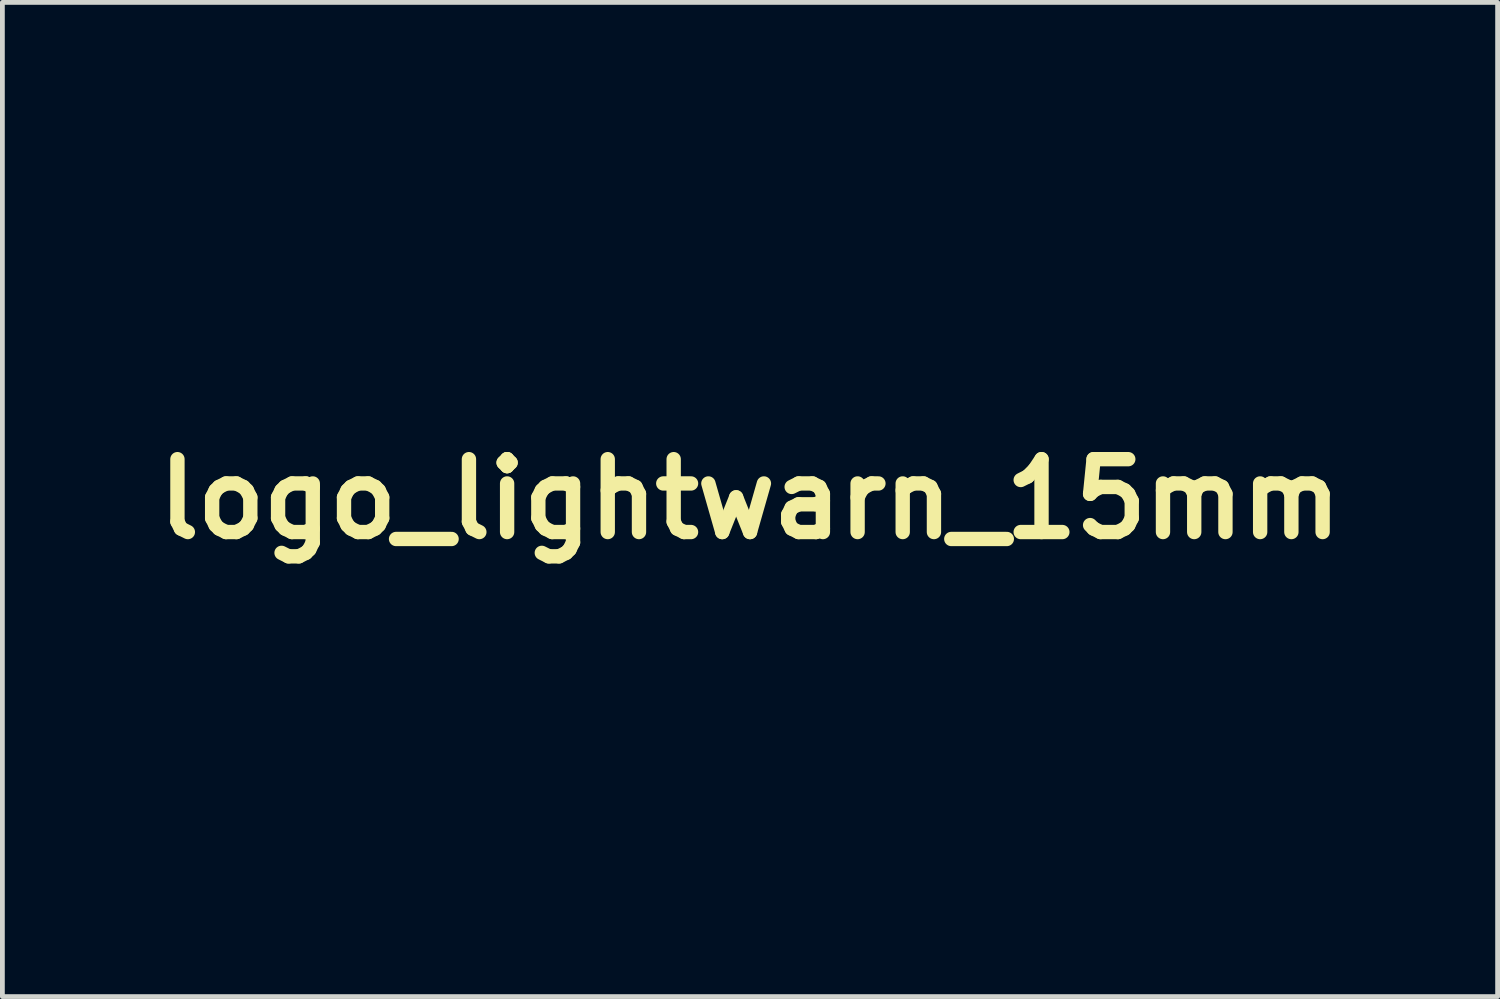
<source format=kicad_pcb>
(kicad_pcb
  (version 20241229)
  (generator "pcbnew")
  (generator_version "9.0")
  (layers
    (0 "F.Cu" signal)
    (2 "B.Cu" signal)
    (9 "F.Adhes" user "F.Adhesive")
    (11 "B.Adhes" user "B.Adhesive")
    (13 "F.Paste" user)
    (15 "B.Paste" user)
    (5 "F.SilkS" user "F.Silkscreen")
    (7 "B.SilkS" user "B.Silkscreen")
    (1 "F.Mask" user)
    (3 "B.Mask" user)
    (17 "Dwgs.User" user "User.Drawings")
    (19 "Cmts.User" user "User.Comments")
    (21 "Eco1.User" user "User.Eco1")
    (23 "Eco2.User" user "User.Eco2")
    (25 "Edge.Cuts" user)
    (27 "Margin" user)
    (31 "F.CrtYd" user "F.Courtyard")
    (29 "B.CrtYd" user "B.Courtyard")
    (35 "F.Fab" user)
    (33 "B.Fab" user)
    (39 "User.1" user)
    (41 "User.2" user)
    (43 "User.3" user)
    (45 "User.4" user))
  (footprint "logo_lightwarn_15mm"
    (layer "F.Cu")
    (at 12.635 7.387)
    (property "Reference" "logo_lightwarn_15mm" (at 0 0 0) (layer "F.SilkS") (effects (font (size 1.524 1.524) (thickness 0.3))))
    (attr through_hole)
    (fp_poly (pts (xy -0.149 1.802) (xy 0.018 1.854) (xy 0.171 1.94) (xy 0.306 2.059) (xy 0.42 2.208) (xy 0.507 2.385) (xy 0.538 2.475) (xy 0.567 2.624) (xy 0.563 2.767) (xy 0.537 2.88) (xy 0.463 3.069) (xy 0.359 3.232) (xy 0.231 3.367) (xy 0.081 3.467) (xy 0.056 3.479) (xy -0.024 3.512) (xy -0.105 3.533) (xy -0.203 3.543) (xy -0.251 3.546) (xy -0.345 3.548) (xy -0.434 3.545) (xy -0.499 3.54) (xy -0.511 3.538) (xy -0.637 3.494) (xy -0.77 3.421) (xy -0.897 3.327) (xy -1.009 3.22) (xy -1.094 3.109) (xy -1.119 3.065) (xy -1.175 2.902) (xy -1.197 2.724) (xy -1.186 2.541) (xy -1.14 2.361) (xy -1.111 2.29) (xy -1.05 2.188) (xy -0.961 2.082) (xy -0.857 1.983) (xy -0.75 1.904) (xy -0.691 1.872) (xy -0.507 1.809) (xy -0.325 1.786) (xy -0.149 1.802)) (stroke (width 0.01) (type solid)) (fill yes) (layer "F.Mask"))
    (fp_poly (pts (xy 0.016 -7.382) (xy 0.142 -7.343) (xy 0.187 -7.322) (xy 0.263 -7.278) (xy 0.33 -7.228) (xy 0.369 -7.19) (xy 0.391 -7.157) (xy 0.431 -7.092) (xy 0.487 -6.999) (xy 0.557 -6.882) (xy 0.638 -6.746) (xy 0.727 -6.595) (xy 0.822 -6.433) (xy 0.858 -6.371) (xy 0.97 -6.179) (xy 1.097 -5.96) (xy 1.239 -5.716) (xy 1.395 -5.448) (xy 1.564 -5.157) (xy 1.744 -4.846) (xy 1.935 -4.516) (xy 2.137 -4.168) (xy 2.347 -3.805) (xy 2.566 -3.427) (xy 2.792 -3.036) (xy 3.025 -2.634) (xy 3.263 -2.223) (xy 3.505 -1.803) (xy 3.752 -1.378) (xy 4 -0.947) (xy 4.251 -0.513) (xy 4.503 -0.078) (xy 4.754 0.357) (xy 5.005 0.791) (xy 5.253 1.222) (xy 5.499 1.648) (xy 5.742 2.067) (xy 5.979 2.479) (xy 6.211 2.881) (xy 6.437 3.272) (xy 6.655 3.65) (xy 6.865 4.014) (xy 7.066 4.362) (xy 7.256 4.693) (xy 7.436 5.005) (xy 7.603 5.296) (xy 7.758 5.565) (xy 7.899 5.809) (xy 8.025 6.029) (xy 8.135 6.222) (xy 8.229 6.386) (xy 8.306 6.519) (xy 8.364 6.622) (xy 8.403 6.69) (xy 8.421 6.724) (xy 8.422 6.725) (xy 8.456 6.803) (xy 8.479 6.877) (xy 8.487 6.926) (xy 8.468 7.032) (xy 8.414 7.14) (xy 8.335 7.241) (xy 8.236 7.324) (xy 8.179 7.357) (xy 8.171 7.361) (xy 8.161 7.364) (xy 8.148 7.367) (xy 8.131 7.37) (xy 8.108 7.373) (xy 8.078 7.376) (xy 8.04 7.378) (xy 7.992 7.381) (xy 7.933 7.383) (xy 7.862 7.385) (xy 7.776 7.386) (xy 7.676 7.388) (xy 7.559 7.389) (xy 7.424 7.391) (xy 7.27 7.392) (xy 7.095 7.393) (xy 6.899 7.394) (xy 6.679 7.395) (xy 6.434 7.395) (xy 6.163 7.396) (xy 5.865 7.397) (xy 5.539 7.397) (xy 5.182 7.397) (xy 4.794 7.398) (xy 4.373 7.398) (xy 3.917 7.398) (xy 3.427 7.398) (xy 2.899 7.399) (xy 2.333 7.399) (xy 1.728 7.399) (xy 1.082 7.399) (xy 1.058 7.399) (xy 0.502 7.399) (xy -0.05 7.399) (xy -0.595 7.399) (xy -1.132 7.399) (xy -1.658 7.399) (xy -2.173 7.398) (xy -2.673 7.398) (xy -3.157 7.397) (xy -3.623 7.397) (xy -4.069 7.397) (xy -4.493 7.396) (xy -4.894 7.395) (xy -5.269 7.395) (xy -5.617 7.394) (xy -5.935 7.393) (xy -6.222 7.393) (xy -6.476 7.392) (xy -6.695 7.391) (xy -6.877 7.39) (xy -7.02 7.389) (xy -7.105 7.388) (xy -7.352 7.386) (xy -7.56 7.383) (xy -7.733 7.381) (xy -7.875 7.379) (xy -7.988 7.376) (xy -8.076 7.373) (xy -8.143 7.369) (xy -8.193 7.365) (xy -8.228 7.359) (xy -8.253 7.353) (xy -8.271 7.345) (xy -8.286 7.336) (xy -8.291 7.332) (xy -8.339 7.288) (xy -8.393 7.226) (xy -8.414 7.198) (xy -8.444 7.152) (xy -8.463 7.111) (xy -8.473 7.063) (xy -8.476 6.995) (xy -8.477 6.914) (xy -8.476 6.821) (xy -8.47 6.756) (xy -8.458 6.706) (xy -8.433 6.655) (xy -8.394 6.59) (xy -8.39 6.583) (xy -8.37 6.551) (xy -8.344 6.509) (xy -8.311 6.453) (xy -8.27 6.384) (xy -8.22 6.3) (xy -8.162 6.199) (xy -8.159 6.194) (xy -6.788 6.194) (xy -6.784 6.203) (xy -6.763 6.21) (xy -6.719 6.216) (xy -6.649 6.221) (xy -6.549 6.224) (xy -6.414 6.227) (xy -6.273 6.229) (xy -6.177 6.23) (xy -6.044 6.231) (xy -5.876 6.232) (xy -5.676 6.232) (xy -5.445 6.233) (xy -5.185 6.234) (xy -4.898 6.234) (xy -4.587 6.235) (xy -4.252 6.235) (xy -3.897 6.235) (xy -3.523 6.235) (xy -3.132 6.236) (xy -2.725 6.236) (xy -2.306 6.236) (xy -1.875 6.236) (xy -1.436 6.236) (xy -0.989 6.235) (xy -0.537 6.235) (xy -0.082 6.235) (xy 0.374 6.235) (xy 0.83 6.234) (xy 1.283 6.234) (xy 1.731 6.233) (xy 2.173 6.233) (xy 2.606 6.232) (xy 3.029 6.232) (xy 3.439 6.231) (xy 3.834 6.23) (xy 4.213 6.23) (xy 4.574 6.229) (xy 4.914 6.228) (xy 5.232 6.227) (xy 5.526 6.227) (xy 5.793 6.226) (xy 6.032 6.225) (xy 6.241 6.224) (xy 6.418 6.223) (xy 6.56 6.222) (xy 6.667 6.221) (xy 6.735 6.22) (xy 6.763 6.219) (xy 6.764 6.219) (xy 6.757 6.197) (xy 6.731 6.144) (xy 6.688 6.062) (xy 6.631 5.956) (xy 6.562 5.83) (xy 6.482 5.689) (xy 6.395 5.535) (xy 6.392 5.531) (xy 6.274 5.326) (xy 6.14 5.093) (xy 5.991 4.835) (xy 5.828 4.553) (xy 5.652 4.249) (xy 5.464 3.926) (xy 5.266 3.584) (xy 5.058 3.227) (xy 4.842 2.855) (xy 4.619 2.471) (xy 4.39 2.077) (xy 4.156 1.674) (xy 3.917 1.266) (xy 3.677 0.852) (xy 3.434 0.436) (xy 3.191 0.019) (xy 2.949 -0.397) (xy 2.708 -0.809) (xy 2.47 -1.217) (xy 2.236 -1.617) (xy 2.008 -2.009) (xy 1.785 -2.39) (xy 1.57 -2.758) (xy 1.363 -3.112) (xy 1.165 -3.449) (xy 0.979 -3.768) (xy 0.804 -4.066) (xy 0.642 -4.342) (xy 0.494 -4.594) (xy 0.361 -4.82) (xy 0.244 -5.017) (xy 0.145 -5.185) (xy 0.064 -5.321) (xy 0.003 -5.424) (xy -0.02 -5.461) (xy -0.04 -5.483) (xy -0.048 -5.482) (xy -0.062 -5.46) (xy -0.095 -5.403) (xy -0.148 -5.312) (xy -0.22 -5.191) (xy -0.308 -5.039) (xy -0.413 -4.859) (xy -0.533 -4.652) (xy -0.667 -4.42) (xy -0.815 -4.166) (xy -0.975 -3.89) (xy -1.146 -3.594) (xy -1.328 -3.28) (xy -1.519 -2.949) (xy -1.718 -2.604) (xy -1.925 -2.246) (xy -2.139 -1.877) (xy -2.358 -1.498) (xy -2.581 -1.111) (xy -2.809 -0.718) (xy -3.038 -0.32) (xy -3.27 0.08) (xy -3.501 0.482) (xy -3.733 0.883) (xy -3.963 1.282) (xy -4.191 1.677) (xy -4.416 2.066) (xy -4.636 2.449) (xy -4.851 2.822) (xy -5.06 3.184) (xy -5.262 3.534) (xy -5.455 3.87) (xy -5.64 4.191) (xy -5.814 4.493) (xy -5.977 4.777) (xy -6.128 5.04) (xy -6.267 5.28) (xy -6.391 5.496) (xy -6.5 5.687) (xy -6.593 5.849) (xy -6.669 5.983) (xy -6.727 6.085) (xy -6.767 6.155) (xy -6.786 6.19) (xy -6.788 6.194) (xy -8.159 6.194) (xy -8.093 6.082) (xy -8.014 5.947) (xy -7.924 5.792) (xy -7.822 5.617) (xy -7.707 5.42) (xy -7.58 5.201) (xy -7.439 4.958) (xy -7.283 4.689) (xy -7.112 4.395) (xy -6.926 4.074) (xy -6.724 3.724) (xy -6.504 3.345) (xy -6.267 2.936) (xy -6.012 2.495) (xy -5.737 2.021) (xy -5.443 1.514) (xy -5.129 0.971) (xy -4.959 0.677) (xy -4.575 0.014) (xy -4.212 -0.614) (xy -3.868 -1.207) (xy -3.545 -1.765) (xy -3.24 -2.291) (xy -2.955 -2.784) (xy -2.687 -3.245) (xy -2.437 -3.676) (xy -2.204 -4.077) (xy -1.988 -4.449) (xy -1.788 -4.793) (xy -1.604 -5.109) (xy -1.435 -5.4) (xy -1.281 -5.664) (xy -1.14 -5.904) (xy -1.014 -6.12) (xy -0.901 -6.313) (xy -0.8 -6.484) (xy -0.712 -6.633) (xy -0.635 -6.762) (xy -0.57 -6.872) (xy -0.515 -6.963) (xy -0.47 -7.036) (xy -0.436 -7.091) (xy -0.41 -7.131) (xy -0.401 -7.144) (xy -0.304 -7.264) (xy -0.204 -7.343) (xy -0.099 -7.382) (xy 0.016 -7.382)) (stroke (width 0.01) (type solid)) (fill yes) (layer "F.Mask"))
    (fp_poly (pts (xy -0.28 -0.587) (xy -0.271 -0.528) (xy -0.257 -0.436) (xy -0.241 -0.317) (xy -0.221 -0.176) (xy -0.2 -0.016) (xy -0.18 0.128) (xy -0.142 0.418) (xy -0.108 0.669) (xy -0.08 0.882) (xy -0.055 1.06) (xy -0.035 1.205) (xy -0.018 1.32) (xy -0.004 1.406) (xy 0.006 1.467) (xy 0.014 1.503) (xy 0.018 1.517) (xy 0.035 1.507) (xy 0.077 1.467) (xy 0.142 1.399) (xy 0.228 1.306) (xy 0.334 1.19) (xy 0.457 1.053) (xy 0.595 0.897) (xy 0.746 0.725) (xy 0.751 0.719) (xy 0.889 0.561) (xy 1.02 0.413) (xy 1.139 0.278) (xy 1.244 0.159) (xy 1.333 0.06) (xy 1.403 -0.017) (xy 1.452 -0.07) (xy 1.476 -0.094) (xy 1.478 -0.095) (xy 1.471 -0.075) (xy 1.449 -0.02) (xy 1.412 0.066) (xy 1.363 0.178) (xy 1.303 0.313) (xy 1.235 0.467) (xy 1.159 0.636) (xy 1.1 0.765) (xy 0.993 1.002) (xy 0.902 1.204) (xy 0.825 1.373) (xy 0.763 1.513) (xy 0.713 1.625) (xy 0.675 1.713) (xy 0.646 1.78) (xy 0.626 1.829) (xy 0.614 1.863) (xy 0.608 1.884) (xy 0.608 1.895) (xy 0.611 1.9) (xy 0.612 1.9) (xy 0.636 1.896) (xy 0.698 1.881) (xy 0.791 1.857) (xy 0.914 1.823) (xy 1.06 1.782) (xy 1.227 1.735) (xy 1.41 1.683) (xy 1.606 1.626) (xy 1.809 1.567) (xy 2.017 1.506) (xy 2.209 1.449) (xy 2.351 1.407) (xy 2.479 1.369) (xy 2.588 1.338) (xy 2.672 1.315) (xy 2.727 1.302) (xy 2.745 1.299) (xy 2.733 1.313) (xy 2.693 1.344) (xy 2.633 1.384) (xy 2.62 1.392) (xy 2.575 1.421) (xy 2.498 1.47) (xy 2.394 1.536) (xy 2.267 1.616) (xy 2.121 1.708) (xy 1.962 1.809) (xy 1.793 1.916) (xy 1.666 1.996) (xy 1.5 2.103) (xy 1.345 2.202) (xy 1.205 2.292) (xy 1.085 2.371) (xy 0.987 2.436) (xy 0.915 2.485) (xy 0.873 2.515) (xy 0.862 2.526) (xy 0.886 2.534) (xy 0.946 2.552) (xy 1.043 2.58) (xy 1.177 2.619) (xy 1.349 2.668) (xy 1.56 2.727) (xy 1.81 2.798) (xy 2.1 2.879) (xy 2.412 2.966) (xy 2.564 3.008) (xy 2.703 3.048) (xy 2.824 3.082) (xy 2.92 3.111) (xy 2.988 3.131) (xy 3.021 3.142) (xy 3.024 3.144) (xy 3.006 3.146) (xy 2.95 3.148) (xy 2.861 3.151) (xy 2.743 3.153) (xy 2.601 3.154) (xy 2.44 3.156) (xy 2.263 3.157) (xy 2.242 3.157) (xy 2.045 3.158) (xy 1.845 3.16) (xy 1.652 3.162) (xy 1.471 3.164) (xy 1.312 3.167) (xy 1.181 3.17) (xy 1.106 3.173) (xy 0.762 3.186) (xy 1.221 3.715) (xy 1.428 3.954) (xy 1.612 4.168) (xy 1.771 4.354) (xy 1.906 4.512) (xy 2.015 4.642) (xy 2.098 4.742) (xy 2.154 4.813) (xy 2.183 4.853) (xy 2.185 4.856) (xy 2.198 4.882) (xy 2.19 4.885) (xy 2.156 4.863) (xy 2.146 4.856) (xy 2.022 4.774) (xy 1.883 4.681) (xy 1.731 4.58) (xy 1.571 4.475) (xy 1.405 4.366) (xy 1.239 4.258) (xy 1.076 4.151) (xy 0.919 4.049) (xy 0.773 3.955) (xy 0.641 3.869) (xy 0.527 3.796) (xy 0.434 3.737) (xy 0.368 3.696) (xy 0.33 3.673) (xy 0.323 3.67) (xy 0.325 3.692) (xy 0.333 3.751) (xy 0.345 3.844) (xy 0.361 3.967) (xy 0.382 4.115) (xy 0.405 4.286) (xy 0.432 4.474) (xy 0.46 4.676) (xy 0.465 4.711) (xy 0.501 4.96) (xy 0.531 5.171) (xy 0.555 5.346) (xy 0.576 5.489) (xy 0.592 5.603) (xy 0.604 5.692) (xy 0.613 5.758) (xy 0.619 5.804) (xy 0.623 5.835) (xy 0.625 5.853) (xy 0.625 5.862) (xy 0.624 5.864) (xy 0.622 5.864) (xy 0.621 5.863) (xy 0.614 5.856) (xy 0.601 5.835) (xy 0.581 5.795) (xy 0.551 5.734) (xy 0.512 5.65) (xy 0.462 5.541) (xy 0.398 5.402) (xy 0.322 5.232) (xy 0.23 5.027) (xy 0.161 4.874) (xy 0.063 4.655) (xy -0.02 4.47) (xy -0.088 4.319) (xy -0.143 4.196) (xy -0.187 4.1) (xy -0.221 4.027) (xy -0.247 3.973) (xy -0.265 3.936) (xy -0.278 3.913) (xy -0.287 3.901) (xy -0.293 3.896) (xy -0.297 3.895) (xy -0.312 3.914) (xy -0.343 3.972) (xy -0.392 4.067) (xy -0.457 4.2) (xy -0.538 4.371) (xy -0.635 4.578) (xy -0.748 4.821) (xy -0.866 5.076) (xy -0.965 5.29) (xy -1.048 5.468) (xy -1.115 5.611) (xy -1.169 5.722) (xy -1.21 5.803) (xy -1.24 5.856) (xy -1.259 5.883) (xy -1.269 5.887) (xy -1.27 5.869) (xy -1.265 5.832) (xy -1.262 5.817) (xy -1.256 5.783) (xy -1.245 5.711) (xy -1.23 5.607) (xy -1.21 5.474) (xy -1.188 5.317) (xy -1.162 5.141) (xy -1.135 4.95) (xy -1.112 4.785) (xy -1.083 4.585) (xy -1.056 4.396) (xy -1.032 4.222) (xy -1.01 4.067) (xy -0.991 3.937) (xy -0.977 3.836) (xy -0.967 3.768) (xy -0.963 3.741) (xy -0.952 3.662) (xy -1.095 3.754) (xy -1.145 3.786) (xy -1.226 3.838) (xy -1.332 3.907) (xy -1.459 3.99) (xy -1.602 4.083) (xy -1.756 4.183) (xy -1.917 4.287) (xy -1.937 4.3) (xy -2.136 4.43) (xy -2.303 4.539) (xy -2.44 4.628) (xy -2.551 4.699) (xy -2.637 4.755) (xy -2.703 4.797) (xy -2.752 4.827) (xy -2.785 4.847) (xy -2.806 4.859) (xy -2.819 4.864) (xy -2.825 4.865) (xy -2.827 4.863) (xy -2.815 4.846) (xy -2.779 4.8) (xy -2.719 4.729) (xy -2.64 4.635) (xy -2.544 4.521) (xy -2.433 4.391) (xy -2.31 4.249) (xy -2.179 4.096) (xy -2.178 4.094) (xy -2.043 3.939) (xy -1.915 3.79) (xy -1.797 3.653) (xy -1.691 3.53) (xy -1.602 3.426) (xy -1.531 3.343) (xy -1.482 3.285) (xy -1.459 3.257) (xy -1.398 3.181) (xy -1.54 3.168) (xy -1.591 3.165) (xy -1.679 3.162) (xy -1.799 3.16) (xy -1.947 3.157) (xy -2.116 3.156) (xy -2.303 3.154) (xy -2.502 3.153) (xy -2.656 3.153) (xy -3.63 3.151) (xy -3.503 3.112) (xy -3.453 3.097) (xy -3.369 3.072) (xy -3.254 3.039) (xy -3.116 2.999) (xy -2.959 2.954) (xy -2.789 2.905) (xy -2.625 2.858) (xy -2.444 2.806) (xy -2.284 2.76) (xy -1.369 2.76) (xy -1.335 2.95) (xy -1.267 3.13) (xy -1.166 3.294) (xy -1.034 3.439) (xy -0.871 3.558) (xy -0.797 3.598) (xy -0.627 3.671) (xy -0.47 3.712) (xy -0.317 3.721) (xy -0.155 3.702) (xy -0.079 3.684) (xy 0.093 3.63) (xy 0.237 3.559) (xy 0.365 3.464) (xy 0.436 3.397) (xy 0.57 3.235) (xy 0.665 3.061) (xy 0.72 2.873) (xy 0.738 2.667) (xy 0.735 2.586) (xy 0.706 2.408) (xy 0.641 2.239) (xy 0.537 2.074) (xy 0.444 1.962) (xy 0.296 1.832) (xy 0.123 1.732) (xy -0.069 1.664) (xy -0.273 1.632) (xy -0.34 1.63) (xy -0.513 1.649) (xy -0.688 1.704) (xy -0.857 1.789) (xy -1.012 1.899) (xy -1.144 2.029) (xy -1.244 2.174) (xy -1.246 2.178) (xy -1.325 2.369) (xy -1.366 2.565) (xy -1.369 2.76) (xy -2.284 2.76) (xy -2.269 2.755) (xy -2.104 2.708) (xy -1.956 2.665) (xy -1.832 2.629) (xy -1.736 2.601) (xy -1.683 2.585) (xy -1.492 2.527) (xy -1.597 2.451) (xy -1.637 2.423) (xy -1.709 2.375) (xy -1.808 2.31) (xy -1.928 2.231) (xy -2.066 2.141) (xy -2.217 2.044) (xy -2.376 1.941) (xy -2.411 1.918) (xy -2.626 1.78) (xy -2.807 1.663) (xy -2.958 1.565) (xy -3.08 1.486) (xy -3.175 1.423) (xy -3.247 1.374) (xy -3.297 1.339) (xy -3.329 1.316) (xy -3.343 1.302) (xy -3.343 1.297) (xy -3.334 1.298) (xy -3.305 1.307) (xy -3.24 1.326) (xy -3.143 1.354) (xy -3.019 1.391) (xy -2.872 1.434) (xy -2.706 1.484) (xy -2.526 1.537) (xy -2.402 1.574) (xy -2.154 1.648) (xy -1.943 1.711) (xy -1.766 1.763) (xy -1.621 1.806) (xy -1.504 1.841) (xy -1.412 1.868) (xy -1.342 1.888) (xy -1.291 1.902) (xy -1.256 1.911) (xy -1.233 1.917) (xy -1.221 1.919) (xy -1.214 1.919) (xy -1.212 1.917) (xy -1.211 1.916) (xy -1.218 1.896) (xy -1.241 1.841) (xy -1.278 1.755) (xy -1.329 1.641) (xy -1.391 1.503) (xy -1.462 1.345) (xy -1.541 1.169) (xy -1.627 0.981) (xy -1.66 0.909) (xy -1.748 0.716) (xy -1.83 0.536) (xy -1.904 0.371) (xy -1.97 0.225) (xy -2.024 0.101) (xy -2.067 0.004) (xy -2.095 -0.063) (xy -2.108 -0.097) (xy -2.108 -0.1) (xy -2.093 -0.087) (xy -2.053 -0.045) (xy -1.99 0.023) (xy -1.909 0.113) (xy -1.812 0.222) (xy -1.702 0.346) (xy -1.581 0.483) (xy -1.515 0.559) (xy -1.384 0.709) (xy -1.256 0.855) (xy -1.135 0.991) (xy -1.025 1.115) (xy -0.93 1.222) (xy -0.854 1.307) (xy -0.801 1.365) (xy -0.789 1.378) (xy -0.724 1.446) (xy -0.681 1.487) (xy -0.656 1.504) (xy -0.642 1.501) (xy -0.632 1.482) (xy -0.631 1.479) (xy -0.625 1.448) (xy -0.613 1.379) (xy -0.596 1.278) (xy -0.576 1.149) (xy -0.551 0.996) (xy -0.525 0.824) (xy -0.496 0.637) (xy -0.477 0.508) (xy -0.438 0.252) (xy -0.404 0.035) (xy -0.376 -0.145) (xy -0.353 -0.292) (xy -0.333 -0.407) (xy -0.318 -0.494) (xy -0.305 -0.554) (xy -0.296 -0.592) (xy -0.288 -0.608) (xy -0.284 -0.609) (xy -0.28 -0.587)) (stroke (width 0.01) (type solid)) (fill yes) (layer "F.Mask")))
  (gr_rect
    (start -3 -3)
    (end 28.269 17.791)
    (stroke (width 0.1) (type default))
    (fill no)
    (layer "Edge.Cuts")))
</source>
